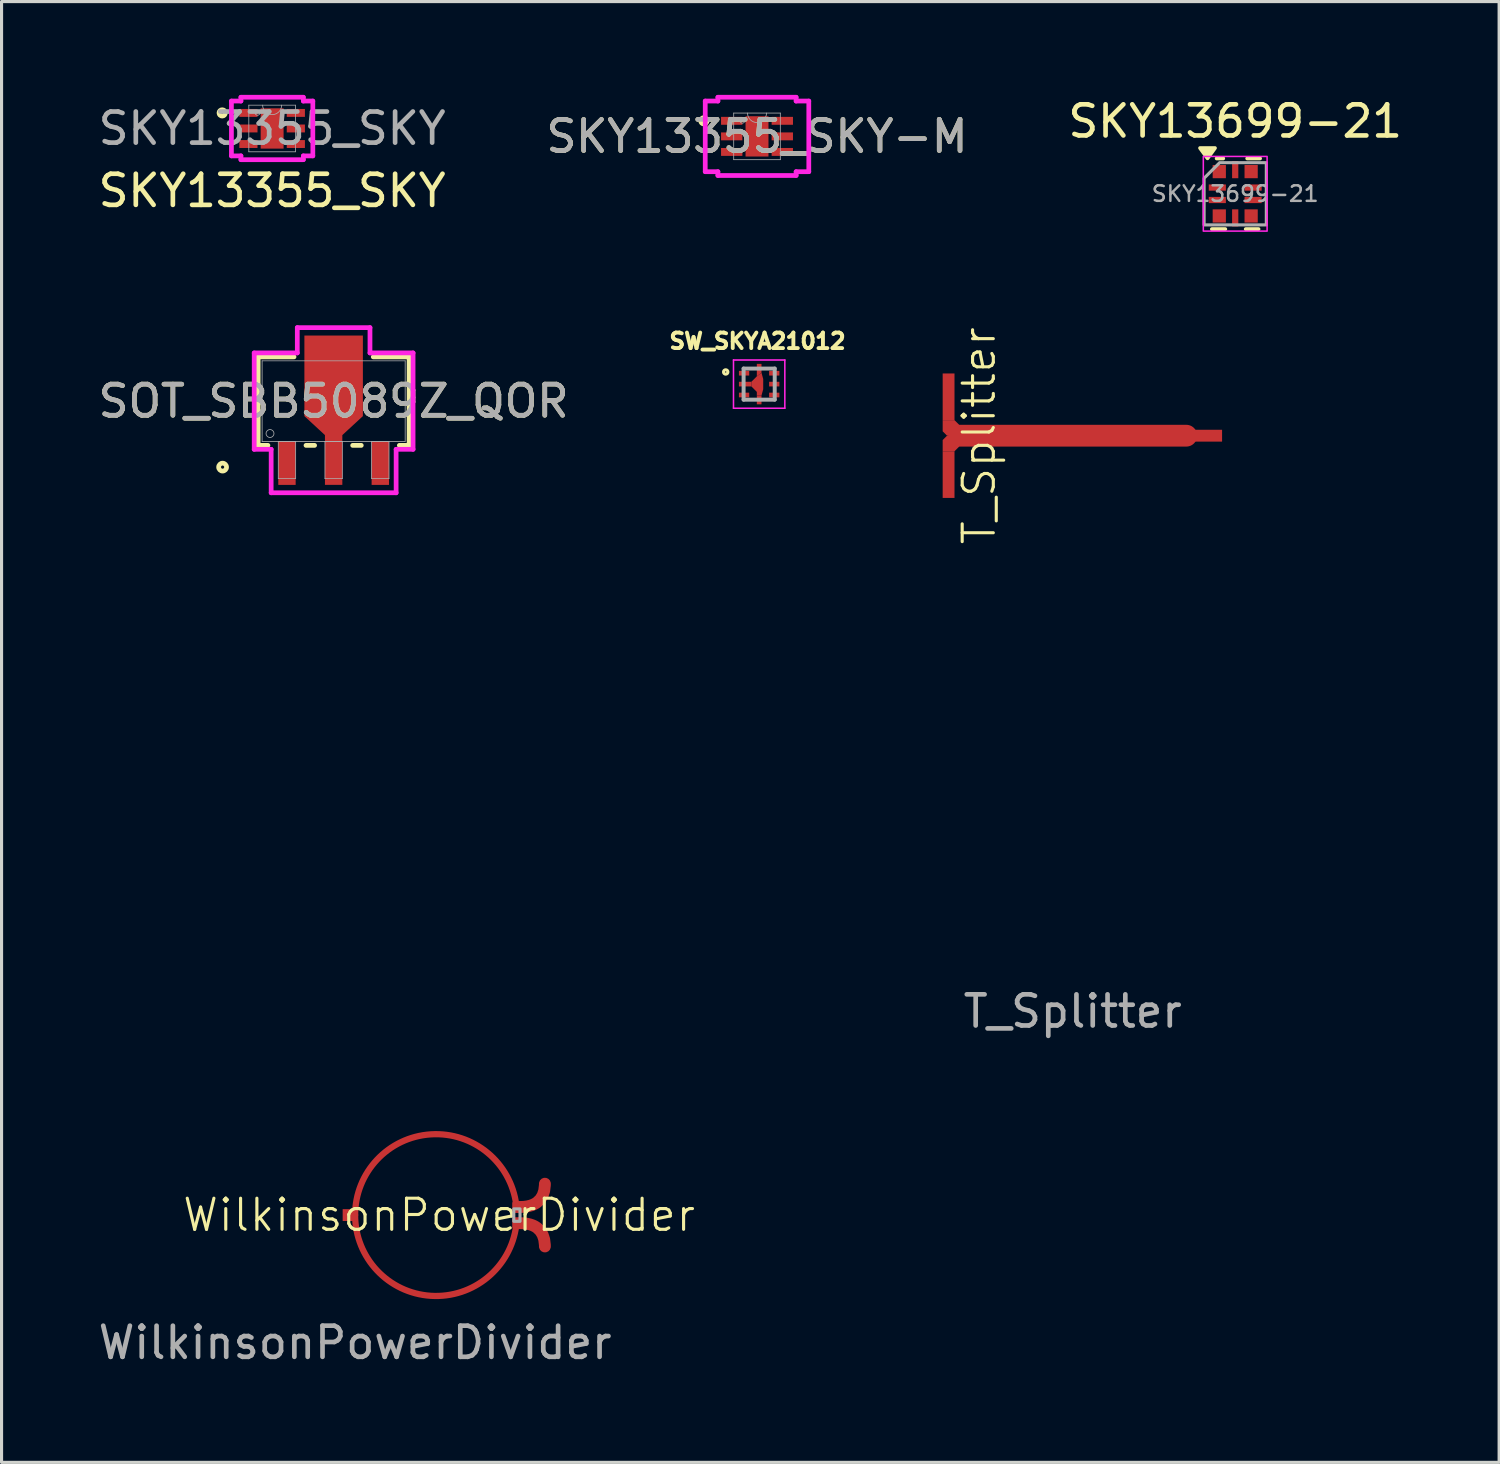
<source format=kicad_pcb>
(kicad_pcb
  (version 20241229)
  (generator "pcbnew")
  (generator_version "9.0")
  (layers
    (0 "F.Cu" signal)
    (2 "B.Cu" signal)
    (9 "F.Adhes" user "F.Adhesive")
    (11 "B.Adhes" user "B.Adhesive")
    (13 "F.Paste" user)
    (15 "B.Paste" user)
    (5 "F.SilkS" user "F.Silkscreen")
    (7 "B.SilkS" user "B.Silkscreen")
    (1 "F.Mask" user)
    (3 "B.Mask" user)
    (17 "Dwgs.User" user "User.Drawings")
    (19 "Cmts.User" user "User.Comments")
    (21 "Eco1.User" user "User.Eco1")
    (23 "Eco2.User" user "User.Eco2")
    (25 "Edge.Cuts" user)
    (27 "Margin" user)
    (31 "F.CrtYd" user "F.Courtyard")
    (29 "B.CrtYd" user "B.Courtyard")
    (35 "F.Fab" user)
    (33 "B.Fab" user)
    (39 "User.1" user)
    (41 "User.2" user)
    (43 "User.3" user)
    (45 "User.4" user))
  (footprint "SKY13699-21"
    (layer "F.Cu")
    (at 36.649 3.178)
    (property "Reference" "SKY13699-21" (at 0 -2.33 0) (layer "F.SilkS") (effects (font (size 1 1) (thickness 0.15))))
    (attr smd)
    (fp_line (start -0.597 -1.135) (end -0.385 -1.135) (stroke (width 0.12) (type solid)) (layer "F.SilkS"))
    (fp_line (start -0.318 1.135) (end -0.75 1.135) (stroke (width 0.12) (type solid)) (layer "F.SilkS"))
    (fp_line (start 0.385 -1.135) (end 0.8 -1.135) (stroke (width 0.12) (type solid)) (layer "F.SilkS"))
    (fp_line (start 0.75 1.135) (end 0.338 1.135) (stroke (width 0.12) (type solid)) (layer "F.SilkS"))
    (fp_poly (pts (xy -0.89 -1.14) (xy -1.13 -1.47) (xy -0.65 -1.47)) (stroke (width 0.12) (type solid)) (fill yes) (layer "F.SilkS"))
    (fp_rect (start -1.025 -1.2) (end 1.025 1.2) (stroke (width 0.05) (type default)) (fill no) (layer "F.CrtYd"))
    (fp_poly (pts (xy -0.5 -1) (xy 1 -1) (xy 1 1) (xy -1 1) (xy -1 -0.5)) (stroke (width 0.1) (type solid)) (fill no) (layer "F.Fab"))
    (fp_text user "${REFERENCE}" (at 0 0 0) (layer "F.Fab") (effects (font (size 0.5 0.5) (thickness 0.08))))
    (pad "1" smd rect (at -0.512 -0.713 90) (size 0.425 0.425) (layers "F.Cu" "F.Mask" "F.Paste"))
    (pad "2" smd rect (at -0.575 -0.2 180) (size 0.55 0.2) (layers "F.Cu" "F.Mask" "F.Paste"))
    (pad "3" smd rect (at -0.575 0.2 180) (size 0.55 0.2) (layers "F.Cu" "F.Mask" "F.Paste"))
    (pad "4" smd rect (at -0.512 0.713 90) (size 0.425 0.425) (layers "F.Cu" "F.Mask" "F.Paste"))
    (pad "5" smd rect (at 0 0.775 90) (size 0.55 0.2) (layers "F.Cu" "F.Mask" "F.Paste"))
    (pad "6" smd rect (at 0.512 0.713 90) (size 0.425 0.425) (layers "F.Cu" "F.Mask" "F.Paste"))
    (pad "7" smd rect (at 0.575 0.2 180) (size 0.55 0.2) (layers "F.Cu" "F.Mask" "F.Paste"))
    (pad "8" smd rect (at 0.575 -0.2 180) (size 0.55 0.2) (layers "F.Cu" "F.Mask" "F.Paste"))
    (pad "9" smd rect (at 0.512 -0.713 90) (size 0.425 0.425) (layers "F.Cu" "F.Mask" "F.Paste"))
    (pad "10" smd rect (at 0 -0.775 90) (size 0.55 0.2) (layers "F.Cu" "F.Mask" "F.Paste")))
  (footprint "SKY13355_SKY-M"
    (layer "F.Cu")
    (at 21.28 1.333)
    (property "Reference" "SKY13355_SKY-M" (at 0 0 0) (unlocked yes) (layer "F.SilkS") (effects (font (size 1 1) (thickness 0.15))))
    (attr smd)
    (fp_circle (center -1.707 -0.5) (end -1.605 -0.5) (stroke (width 0.152) (type solid)) (fill no) (layer "F.SilkS"))
    (fp_line (start -1.664 -1.135) (end -1.257 -1.135) (stroke (width 0.152) (type solid)) (layer "F.CrtYd"))
    (fp_line (start -1.664 1.135) (end -1.664 -1.135) (stroke (width 0.152) (type solid)) (layer "F.CrtYd"))
    (fp_line (start -1.664 1.135) (end -1.257 1.135) (stroke (width 0.152) (type solid)) (layer "F.CrtYd"))
    (fp_line (start -1.257 -1.257) (end 1.257 -1.257) (stroke (width 0.152) (type solid)) (layer "F.CrtYd"))
    (fp_line (start -1.257 -1.135) (end -1.257 -1.257) (stroke (width 0.152) (type solid)) (layer "F.CrtYd"))
    (fp_line (start -1.257 1.257) (end -1.257 1.135) (stroke (width 0.152) (type solid)) (layer "F.CrtYd"))
    (fp_line (start 1.257 -1.257) (end 1.257 -1.135) (stroke (width 0.152) (type solid)) (layer "F.CrtYd"))
    (fp_line (start 1.257 1.135) (end 1.257 1.257) (stroke (width 0.152) (type solid)) (layer "F.CrtYd"))
    (fp_line (start 1.257 1.257) (end -1.257 1.257) (stroke (width 0.152) (type solid)) (layer "F.CrtYd"))
    (fp_line (start 1.664 -1.135) (end 1.257 -1.135) (stroke (width 0.152) (type solid)) (layer "F.CrtYd"))
    (fp_line (start 1.664 -1.135) (end 1.664 1.135) (stroke (width 0.152) (type solid)) (layer "F.CrtYd"))
    (fp_line (start 1.664 1.135) (end 1.257 1.135) (stroke (width 0.152) (type solid)) (layer "F.CrtYd"))
    (fp_line (start -0.749 -0.749) (end -0.749 0.749) (stroke (width 0.025) (type solid)) (layer "F.Fab"))
    (fp_line (start -0.749 0.749) (end 0.749 0.749) (stroke (width 0.025) (type solid)) (layer "F.Fab"))
    (fp_line (start 0.749 -0.749) (end -0.749 -0.749) (stroke (width 0.025) (type solid)) (layer "F.Fab"))
    (fp_line (start 0.749 0.749) (end 0.749 -0.749) (stroke (width 0.025) (type solid)) (layer "F.Fab"))
    (fp_arc (start 0.3048 -0.7493) (mid 0 -0.4445) (end -0.3048 -0.7493) (stroke (width 0.0254) (type solid)) (layer "F.Fab"))
    (fp_circle (center -0.47 -0.5) (end -0.394 -0.5) (stroke (width 0.025) (type solid)) (fill no) (layer "F.Fab"))
    (fp_text user "${REFERENCE}" (at 0 0 0) (unlocked yes) (layer "F.Fab") (effects (font (size 1 1) (thickness 0.15))))
    (pad "1" smd rect (at -0.813 -0.5) (size 0.686 0.254) (layers "F.Cu" "F.Mask" "F.Paste"))
    (pad "2" smd rect (at -0.813 0) (size 0.686 0.254) (layers "F.Cu" "F.Mask" "F.Paste"))
    (pad "3" smd rect (at -0.813 0.5) (size 0.686 0.254) (layers "F.Cu" "F.Mask" "F.Paste"))
    (pad "4" smd rect (at 0.813 0.5) (size 0.686 0.254) (layers "F.Cu" "F.Mask" "F.Paste"))
    (pad "5" smd rect (at 0.813 0) (size 0.686 0.254) (layers "F.Cu" "F.Mask" "F.Paste"))
    (pad "6" smd rect (at 0.813 -0.5) (size 0.686 0.254) (layers "F.Cu" "F.Mask" "F.Paste"))
    (pad "7" smd rect (at 0 0) (size 0.737 1.295) (layers "F.Cu" "F.Mask" "F.Paste")))
  (footprint "T_Splitter"
    (layer "F.Cu")
    (at 31.427 10.953)
    (property "Reference" "T_Splitter" (at -3.01 0 90) (unlocked yes) (layer "F.SilkS") (effects (font (size 1 1) (thickness 0.1))))
    (attr smd)
    (fp_line (start -3.65 0) (end 3.65 0) (stroke (width 0.7) (type solid)) (layer "F.Cu"))
    (fp_poly (pts (xy -4.04 0) (xy -4.18 -0.14) (xy -4.18 -0.5) (xy -3.8 -0.5) (xy -3.65 -0.35) (xy -3.65 0)) (stroke (width 0) (type solid)) (fill yes) (layer "F.Cu"))
    (fp_poly (pts (xy -4.04 0) (xy -4.18 0.14) (xy -4.18 0.5) (xy -3.8 0.5) (xy -3.65 0.35) (xy -3.65 0)) (stroke (width 0) (type solid)) (fill yes) (layer "F.Cu"))
    (fp_text user "${REFERENCE}" (at 0 18.5 0) (unlocked yes) (layer "F.Fab") (effects (font (size 1 1) (thickness 0.15))))
    (pad "1" smd rect (at 4.3 0 90) (size 0.381 1) (layers "F.Cu"))
    (pad "2" smd rect (at -3.99 1.25 180) (size 0.38 1.5) (layers "F.Cu"))
    (pad "3" smd rect (at -3.99 -1.25 180) (size 0.38 1.5) (layers "F.Cu")))
  (footprint "SOT_SBB5089Z_QOR"
    (layer "F.Cu")
    (at 7.673 9.842)
    (property "Reference" "SOT_SBB5089Z_QOR" (at 0 0 0) (unlocked yes) (layer "F.SilkS") (effects (font (size 1 1) (thickness 0.15))))
    (attr smd)
    (fp_line (start -2.426 -1.422) (end -2.426 1.422) (stroke (width 0.152) (type solid)) (layer "F.SilkS"))
    (fp_line (start -2.426 1.422) (end -2.112 1.422) (stroke (width 0.152) (type solid)) (layer "F.SilkS"))
    (fp_line (start -1.273 -1.422) (end -2.426 -1.422) (stroke (width 0.152) (type solid)) (layer "F.SilkS"))
    (fp_line (start -0.888 1.422) (end -0.612 1.422) (stroke (width 0.152) (type solid)) (layer "F.SilkS"))
    (fp_line (start 0.612 1.422) (end 0.888 1.422) (stroke (width 0.152) (type solid)) (layer "F.SilkS"))
    (fp_line (start 2.112 1.422) (end 2.426 1.422) (stroke (width 0.152) (type solid)) (layer "F.SilkS"))
    (fp_line (start 2.426 -1.422) (end 1.273 -1.422) (stroke (width 0.152) (type solid)) (layer "F.SilkS"))
    (fp_line (start 2.426 1.422) (end 2.426 -1.422) (stroke (width 0.152) (type solid)) (layer "F.SilkS"))
    (fp_circle (center -3.569 2.121) (end -3.442 2.121) (stroke (width 0.152) (type solid)) (fill no) (layer "F.SilkS"))
    (fp_poly (pts (xy -0.279 1.092) (xy -0.914 0.457) (xy -0.914 -1.956) (xy 0.914 -1.956) (xy 0.914 0.457) (xy 0.279 1.092)) (stroke (width 0) (type solid)) (fill yes) (layer "F.Paste"))
    (fp_line (start -2.553 -1.549) (end -1.168 -1.549) (stroke (width 0.152) (type solid)) (layer "F.CrtYd"))
    (fp_line (start -2.553 1.549) (end -2.553 -1.549) (stroke (width 0.152) (type solid)) (layer "F.CrtYd"))
    (fp_line (start -2.008 1.549) (end -2.553 1.549) (stroke (width 0.152) (type solid)) (layer "F.CrtYd"))
    (fp_line (start -2.008 2.946) (end -2.008 1.549) (stroke (width 0.152) (type solid)) (layer "F.CrtYd"))
    (fp_line (start -1.168 -2.362) (end 1.168 -2.362) (stroke (width 0.152) (type solid)) (layer "F.CrtYd"))
    (fp_line (start -1.168 -1.549) (end -1.168 -2.362) (stroke (width 0.152) (type solid)) (layer "F.CrtYd"))
    (fp_line (start 1.168 -2.362) (end 1.168 -1.549) (stroke (width 0.152) (type solid)) (layer "F.CrtYd"))
    (fp_line (start 1.168 -1.549) (end 2.553 -1.549) (stroke (width 0.152) (type solid)) (layer "F.CrtYd"))
    (fp_line (start 2.008 1.549) (end 2.008 2.946) (stroke (width 0.152) (type solid)) (layer "F.CrtYd"))
    (fp_line (start 2.008 2.946) (end -2.008 2.946) (stroke (width 0.152) (type solid)) (layer "F.CrtYd"))
    (fp_line (start 2.553 -1.549) (end 2.553 1.549) (stroke (width 0.152) (type solid)) (layer "F.CrtYd"))
    (fp_line (start 2.553 1.549) (end 2.008 1.549) (stroke (width 0.152) (type solid)) (layer "F.CrtYd"))
    (fp_line (start -2.299 -1.295) (end -2.299 1.295) (stroke (width 0.025) (type solid)) (layer "F.Fab"))
    (fp_line (start -2.299 1.295) (end 2.299 1.295) (stroke (width 0.025) (type solid)) (layer "F.Fab"))
    (fp_line (start -1.779 1.295) (end -1.779 2.489) (stroke (width 0.025) (type solid)) (layer "F.Fab"))
    (fp_line (start -1.779 2.489) (end -1.221 2.489) (stroke (width 0.025) (type solid)) (layer "F.Fab"))
    (fp_line (start -1.221 1.295) (end -1.779 1.295) (stroke (width 0.025) (type solid)) (layer "F.Fab"))
    (fp_line (start -1.221 2.489) (end -1.221 1.295) (stroke (width 0.025) (type solid)) (layer "F.Fab"))
    (fp_line (start -0.279 1.295) (end -0.279 2.489) (stroke (width 0.025) (type solid)) (layer "F.Fab"))
    (fp_line (start -0.279 2.489) (end 0.279 2.489) (stroke (width 0.025) (type solid)) (layer "F.Fab"))
    (fp_line (start 0.279 1.295) (end -0.279 1.295) (stroke (width 0.025) (type solid)) (layer "F.Fab"))
    (fp_line (start 0.279 2.489) (end 0.279 1.295) (stroke (width 0.025) (type solid)) (layer "F.Fab"))
    (fp_line (start 1.221 1.295) (end 1.221 2.489) (stroke (width 0.025) (type solid)) (layer "F.Fab"))
    (fp_line (start 1.221 2.489) (end 1.779 2.489) (stroke (width 0.025) (type solid)) (layer "F.Fab"))
    (fp_line (start 1.779 1.295) (end 1.221 1.295) (stroke (width 0.025) (type solid)) (layer "F.Fab"))
    (fp_line (start 1.779 2.489) (end 1.779 1.295) (stroke (width 0.025) (type solid)) (layer "F.Fab"))
    (fp_line (start 2.299 -1.295) (end -2.299 -1.295) (stroke (width 0.025) (type solid)) (layer "F.Fab"))
    (fp_line (start 2.299 1.295) (end 2.299 -1.295) (stroke (width 0.025) (type solid)) (layer "F.Fab"))
    (fp_circle (center -2.045 1.041) (end -1.918 1.041) (stroke (width 0.025) (type solid)) (fill no) (layer "F.Fab"))
    (fp_text user "${REFERENCE}" (at 0 0 0) (unlocked yes) (layer "F.Fab") (effects (font (size 1 1) (thickness 0.15))))
    (pad "1" smd rect (at -1.5 1.994) (size 0.559 1.397) (layers "F.Cu" "F.Mask" "F.Paste"))
    (pad "2" smd custom (at 0 1.796) (size 0.559 1.792) (layers "F.Cu" "F.Mask" "F.Paste") (options (anchor rect)) (primitives (gr_poly (pts (xy -0.279 -0.704) (xy -0.94 -1.314) (xy -0.94 -3.904) (xy 0.94 -3.904) (xy 0.94 -1.314) (xy 0.279 -0.704)) (width 0) (fill yes))))
    (pad "3" smd rect (at 1.5 1.994) (size 0.559 1.397) (layers "F.Cu" "F.Mask" "F.Paste")))
  (footprint "SKY13355_SKY"
    (layer "F.Cu")
    (at 5.696 1.079)
    (property "Reference" "SKY13355_SKY" (at 0 2 0) (unlocked yes) (layer "F.SilkS") (effects (font (size 1 1) (thickness 0.15))))
    (attr smd)
    (fp_circle (center -1.605 -0.5) (end -1.503 -0.5) (stroke (width 0.152) (type solid)) (fill no) (layer "F.SilkS"))
    (fp_line (start -1.308 -0.881) (end -1.003 -0.881) (stroke (width 0.152) (type solid)) (layer "F.CrtYd"))
    (fp_line (start -1.308 0.881) (end -1.308 -0.881) (stroke (width 0.152) (type solid)) (layer "F.CrtYd"))
    (fp_line (start -1.308 0.881) (end -1.003 0.881) (stroke (width 0.152) (type solid)) (layer "F.CrtYd"))
    (fp_line (start -1.003 -1.003) (end 1.003 -1.003) (stroke (width 0.152) (type solid)) (layer "F.CrtYd"))
    (fp_line (start -1.003 -0.881) (end -1.003 -1.003) (stroke (width 0.152) (type solid)) (layer "F.CrtYd"))
    (fp_line (start -1.003 1.003) (end -1.003 0.881) (stroke (width 0.152) (type solid)) (layer "F.CrtYd"))
    (fp_line (start 1.003 -1.003) (end 1.003 -0.881) (stroke (width 0.152) (type solid)) (layer "F.CrtYd"))
    (fp_line (start 1.003 0.881) (end 1.003 1.003) (stroke (width 0.152) (type solid)) (layer "F.CrtYd"))
    (fp_line (start 1.003 1.003) (end -1.003 1.003) (stroke (width 0.152) (type solid)) (layer "F.CrtYd"))
    (fp_line (start 1.308 -0.881) (end 1.003 -0.881) (stroke (width 0.152) (type solid)) (layer "F.CrtYd"))
    (fp_line (start 1.308 -0.881) (end 1.308 0.881) (stroke (width 0.152) (type solid)) (layer "F.CrtYd"))
    (fp_line (start 1.308 0.881) (end 1.003 0.881) (stroke (width 0.152) (type solid)) (layer "F.CrtYd"))
    (fp_line (start -0.749 -0.749) (end -0.749 0.749) (stroke (width 0.025) (type solid)) (layer "F.Fab"))
    (fp_line (start -0.749 0.749) (end 0.749 0.749) (stroke (width 0.025) (type solid)) (layer "F.Fab"))
    (fp_line (start 0.749 -0.749) (end -0.749 -0.749) (stroke (width 0.025) (type solid)) (layer "F.Fab"))
    (fp_line (start 0.749 0.749) (end 0.749 -0.749) (stroke (width 0.025) (type solid)) (layer "F.Fab"))
    (fp_arc (start 0.3048 -0.7493) (mid 0 -0.4445) (end -0.3048 -0.7493) (stroke (width 0.0254) (type solid)) (layer "F.Fab"))
    (fp_circle (center -0.47 -0.5) (end -0.394 -0.5) (stroke (width 0.025) (type solid)) (fill no) (layer "F.Fab"))
    (fp_text user "${REFERENCE}" (at 0 0 0) (unlocked yes) (layer "F.Fab") (effects (font (size 1 1) (thickness 0.15))))
    (pad "1" smd rect (at -0.762 -0.5) (size 0.584 0.254) (layers "F.Cu" "F.Mask" "F.Paste"))
    (pad "2" smd rect (at -0.762 0) (size 0.584 0.254) (layers "F.Cu" "F.Mask" "F.Paste"))
    (pad "3" smd rect (at -0.762 0.5) (size 0.584 0.254) (layers "F.Cu" "F.Mask" "F.Paste"))
    (pad "4" smd rect (at 0.762 0.5) (size 0.584 0.254) (layers "F.Cu" "F.Mask" "F.Paste"))
    (pad "5" smd rect (at 0.762 0) (size 0.584 0.254) (layers "F.Cu" "F.Mask" "F.Paste"))
    (pad "6" smd rect (at 0.762 -0.5) (size 0.584 0.254) (layers "F.Cu" "F.Mask" "F.Paste"))
    (pad "7" smd rect (at 0 0) (size 0.737 1.295) (layers "F.Cu" "F.Mask" "F.Paste")))
  (footprint "WilkinsonPowerDivider"
    (layer "F.Cu")
    (at 8.363 36.002)
    (property "Reference" "WilkinsonPowerDivider" (at 2.7 0 0) (unlocked yes) (layer "F.SilkS") (effects (font (size 1 1) (thickness 0.1))))
    (attr smd)
    (fp_arc (start 0 0) (mid 2.434407 -2.594721) (end 5.178907 -0.330514) (stroke (width 0.2) (type default)) (layer "F.Cu"))
    (fp_arc (start 5.178907 0.330514) (mid 2.434407 2.594722) (end 0 0) (stroke (width 0.2) (type default)) (layer "F.Cu"))
    (fp_rect (start 5.1 -0.2) (end 5.3 0.2) (stroke (width 0.1) (type solid)) (fill no) (layer "F.Fab"))
    (fp_text user "${REFERENCE}" (at 0 4.1 0) (unlocked yes) (layer "F.Fab") (effects (font (size 1 1) (thickness 0.15))))
    (pad "" smd roundrect (at 5.2 -0.275 90) (size 0.27 0.27) (layers "F.Paste") (roundrect_rratio 0.25))
    (pad "" smd roundrect (at 5.2 -0.26 90) (size 0.38 0.3) (layers "F.Cu" "F.Mask") (roundrect_rratio 0.25))
    (pad "" smd roundrect (at 5.2 0.26 90) (size 0.38 0.3) (layers "F.Cu" "F.Mask") (roundrect_rratio 0.25))
    (pad "" smd roundrect (at 5.2 0.275 90) (size 0.27 0.27) (layers "F.Paste") (roundrect_rratio 0.25))
    (pad "1" smd rect (at -0.2 0) (size 0.4 0.381) (layers "F.Cu"))
    (pad "2" smd custom (at 6.1 -0.91 90) (size 0.3 0.3) (layers "F.Cu") (options (anchor circle)) (primitives (gr_poly (pts (xy -0.2 -0.075) (xy -0.194 -0.104) (xy -0.178 -0.128) (xy -0.154 -0.144) (xy -0.125 -0.15) (xy 0.125 -0.15) (xy 0.154 -0.144) (xy 0.178 -0.128) (xy 0.194 -0.104) (xy 0.2 -0.075) (xy 0.2 0.075) (xy 0.194 0.104) (xy 0.178 0.128) (xy 0.154 0.144) (xy 0.125 0.15) (xy -0.125 0.15) (xy -0.154 0.144) (xy -0.178 0.128) (xy -0.194 0.104) (xy -0.2 0.075)) (width 0) (fill yes)) (gr_curve (pts (xy -0.65 -0.8) (xy -0.65 -0.1) (xy -0.2 0) (xy 0.1 0)) (width 0.381))))
    (pad "3" smd custom (at 6.1 0.91 90) (size 0.3 0.3) (layers "F.Cu") (options (anchor circle)) (primitives (gr_poly (pts (xy -0.2 -0.075) (xy -0.194 -0.104) (xy -0.178 -0.128) (xy -0.154 -0.144) (xy -0.125 -0.15) (xy 0.125 -0.15) (xy 0.154 -0.144) (xy 0.178 -0.128) (xy 0.194 -0.104) (xy 0.2 -0.075) (xy 0.2 0.075) (xy 0.194 0.104) (xy 0.178 0.128) (xy 0.154 0.144) (xy 0.125 0.15) (xy -0.125 0.15) (xy -0.154 0.144) (xy -0.178 0.128) (xy -0.194 0.104) (xy -0.2 0.075)) (width 0) (fill yes)) (gr_curve (pts (xy 0.65 -0.8) (xy 0.65 -0.1) (xy 0.2 0) (xy -0.1 0)) (width 0.381)))))
  (footprint "SW_SKYA21012"
    (layer "F.Cu")
    (at 21.349 9.295)
    (property "Reference" "SW_SKYA21012" (at -0.053 -1.382 0) (layer "F.SilkS") (effects (font (size 0.499 0.499) (thickness 0.15))))
    (attr smd)
    (fp_poly (pts (xy 0.075 -0.365) (xy 0.13 -0.165) (xy 0.13 0.165) (xy 0.075 0.365) (xy -0.075 0.365) (xy -0.075 0.25) (xy -0.25 0.075) (xy -0.25 -0.075) (xy -0.162 -0.162) (xy -0.075 -0.25) (xy 0.075 -0.365)) (stroke (width 0) (type solid)) (fill yes) (layer "F.Cu"))
    (fp_poly (pts (xy -0.1 -0.675) (xy 0.1 -0.675) (xy 0.1 -0.375) (xy 0.15 -0.175) (xy 0.15 0.175) (xy 0.1 0.375) (xy 0.1 0.675) (xy -0.1 0.675) (xy -0.1 0.25) (xy -0.25 0.1) (xy -0.675 0.1) (xy -0.675 -0.1) (xy -0.275 -0.1) (xy -0.25 -0.1) (xy -0.1 -0.25)) (stroke (width 0.001) (type solid)) (fill yes) (layer "F.Mask"))
    (fp_circle (center -1.075 -0.39) (end -1.005 -0.39) (stroke (width 0.1) (type solid)) (fill no) (layer "F.SilkS"))
    (fp_poly (pts (xy -0.25 -0.075) (xy -0.65 -0.075) (xy -0.65 0.075) (xy -0.25 0.075)) (stroke (width 0) (type solid)) (fill yes) (layer "F.Paste"))
    (fp_poly (pts (xy -0.075 -0.65) (xy 0.075 -0.65) (xy 0.075 -0.365) (xy -0.075 -0.25)) (stroke (width 0) (type solid)) (fill yes) (layer "F.Paste"))
    (fp_poly (pts (xy 0.075 0.65) (xy -0.075 0.65) (xy -0.075 0.365) (xy 0.075 0.365)) (stroke (width 0) (type solid)) (fill yes) (layer "F.Paste"))
    (fp_poly (pts (xy 0.075 -0.365) (xy 0.13 -0.165) (xy 0.13 0.165) (xy 0.075 0.365) (xy -0.075 0.365) (xy -0.075 0.25) (xy -0.25 0.075) (xy -0.25 -0.075) (xy -0.162 -0.162) (xy -0.075 -0.25) (xy 0.075 -0.365)) (stroke (width 0) (type solid)) (fill yes) (layer "F.Paste"))
    (fp_line (start -0.825 -0.775) (end 0.825 -0.775) (stroke (width 0.05) (type solid)) (layer "F.CrtYd"))
    (fp_line (start -0.825 0.775) (end -0.825 -0.775) (stroke (width 0.05) (type solid)) (layer "F.CrtYd"))
    (fp_line (start 0.825 -0.775) (end 0.825 0.775) (stroke (width 0.05) (type solid)) (layer "F.CrtYd"))
    (fp_line (start 0.825 0.775) (end -0.825 0.775) (stroke (width 0.05) (type solid)) (layer "F.CrtYd"))
    (fp_line (start -0.5 -0.5) (end 0.5 -0.5) (stroke (width 0.127) (type solid)) (layer "F.Fab"))
    (fp_line (start -0.5 0.5) (end -0.5 -0.5) (stroke (width 0.127) (type solid)) (layer "F.Fab"))
    (fp_line (start 0.5 -0.5) (end 0.5 0.5) (stroke (width 0.127) (type solid)) (layer "F.Fab"))
    (fp_line (start 0.5 0.5) (end -0.5 0.5) (stroke (width 0.127) (type solid)) (layer "F.Fab"))
    (pad "1" smd rect (at -0.485 -0.35) (size 0.33 0.15) (layers "F.Cu" "F.Mask" "F.Paste"))
    (pad "2" smd custom (at -0.51 0) (size 0.1 0.1) (layers "F.Cu") (options (anchor rect)) (primitives (gr_poly (pts (xy 0.26 -0.075) (xy -0.14 -0.075) (xy -0.14 0.075) (xy 0.26 0.075)) (width 0) (fill yes))))
    (pad "2_1" smd custom (at 0 0.555) (size 0.1 0.1) (layers "F.Cu") (options (anchor rect)) (primitives (gr_poly (pts (xy 0.075 0.095) (xy -0.075 0.095) (xy -0.075 -0.19) (xy 0.075 -0.19)) (width 0) (fill yes))))
    (pad "2_2" smd custom (at 0 -0.555) (size 0.1 0.1) (layers "F.Cu") (options (anchor rect)) (primitives (gr_poly (pts (xy -0.075 -0.095) (xy 0.075 -0.095) (xy 0.075 0.19) (xy -0.075 0.305)) (width 0) (fill yes))))
    (pad "3" smd rect (at -0.485 0.35) (size 0.33 0.15) (layers "F.Cu" "F.Mask" "F.Paste"))
    (pad "4" smd rect (at 0.485 0.35) (size 0.33 0.15) (layers "F.Cu" "F.Mask" "F.Paste"))
    (pad "5" smd rect (at 0.485 0) (size 0.33 0.15) (layers "F.Cu" "F.Mask" "F.Paste"))
    (pad "6" smd rect (at 0.485 -0.35) (size 0.33 0.15) (layers "F.Cu" "F.Mask" "F.Paste")))
  (gr_rect
    (start -3 -3)
    (end 45.131 43.95)
    (stroke (width 0.1) (type default))
    (fill no)
    (layer "Edge.Cuts")))
</source>
